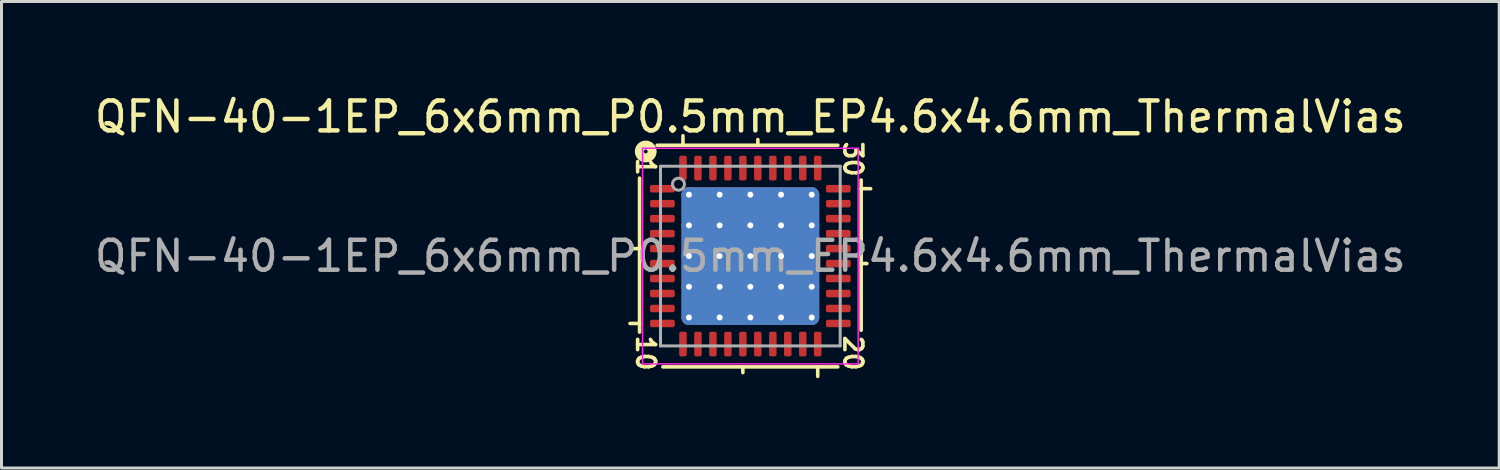
<source format=kicad_pcb>
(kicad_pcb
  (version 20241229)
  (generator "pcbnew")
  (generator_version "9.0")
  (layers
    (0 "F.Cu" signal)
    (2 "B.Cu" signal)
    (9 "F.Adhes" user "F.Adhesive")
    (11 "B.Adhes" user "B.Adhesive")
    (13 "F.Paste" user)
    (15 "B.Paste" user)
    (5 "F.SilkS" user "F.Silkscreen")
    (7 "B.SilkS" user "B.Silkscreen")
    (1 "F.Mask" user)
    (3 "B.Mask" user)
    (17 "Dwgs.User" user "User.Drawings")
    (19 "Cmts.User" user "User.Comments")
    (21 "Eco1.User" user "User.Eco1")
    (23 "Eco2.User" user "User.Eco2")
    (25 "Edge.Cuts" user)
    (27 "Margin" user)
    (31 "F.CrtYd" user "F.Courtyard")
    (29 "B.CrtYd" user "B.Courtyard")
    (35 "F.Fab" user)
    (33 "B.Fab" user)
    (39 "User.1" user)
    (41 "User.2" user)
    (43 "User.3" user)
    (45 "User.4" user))
  (footprint "QFN-40-1EP_6x6mm_P0.5mm_EP4.6x4.6mm_ThermalVias"
    (layer "F.Cu")
    (at 22.006 5.501)
    (property "Reference" "QFN-40-1EP_6x6mm_P0.5mm_EP4.6x4.6mm_ThermalVias" (at 0 -4.652 0) (layer "F.SilkS") (effects (font (size 1 1) (thickness 0.15))))
    (attr smd)
    (fp_line (start -4.018 2.25) (end -3.7 2.25) (stroke (width 0.12) (type solid)) (layer "F.SilkS"))
    (fp_line (start -3.7 -2.603) (end -3.7 2.54) (stroke (width 0.12) (type solid)) (layer "F.SilkS"))
    (fp_line (start -3.7 -0.25) (end -3.89 -0.25) (stroke (width 0.12) (type solid)) (layer "F.SilkS"))
    (fp_line (start -2.921 3.7) (end 2.921 3.7) (stroke (width 0.12) (type solid)) (layer "F.SilkS"))
    (fp_line (start -2.25 -3.7) (end -2.25 -4.018) (stroke (width 0.12) (type solid)) (layer "F.SilkS"))
    (fp_line (start -0.25 3.7) (end -0.25 3.89) (stroke (width 0.12) (type solid)) (layer "F.SilkS"))
    (fp_line (start 0.25 -3.7) (end 0.25 -3.89) (stroke (width 0.12) (type solid)) (layer "F.SilkS"))
    (fp_line (start 2.25 3.7) (end 2.25 4.018) (stroke (width 0.12) (type solid)) (layer "F.SilkS"))
    (fp_line (start 2.921 -3.7) (end -3.111 -3.7) (stroke (width 0.12) (type solid)) (layer "F.SilkS"))
    (fp_line (start 3.7 -2.25) (end 4.018 -2.25) (stroke (width 0.12) (type solid)) (layer "F.SilkS"))
    (fp_line (start 3.7 0.25) (end 3.89 0.25) (stroke (width 0.12) (type solid)) (layer "F.SilkS"))
    (fp_line (start 3.7 2.477) (end 3.7 -2.54) (stroke (width 0.12) (type solid)) (layer "F.SilkS"))
    (fp_circle (center -3.493 -3.493) (end -3.429 -3.493) (stroke (width 0.3) (type solid)) (fill no) (layer "F.SilkS"))
    (fp_line (start -3.6 -3.6) (end -3.6 3.6) (stroke (width 0.05) (type solid)) (layer "F.CrtYd"))
    (fp_line (start -3.6 3.6) (end 3.6 3.6) (stroke (width 0.05) (type solid)) (layer "F.CrtYd"))
    (fp_line (start 3.6 -3.6) (end -3.6 -3.6) (stroke (width 0.05) (type solid)) (layer "F.CrtYd"))
    (fp_line (start 3.6 3.6) (end 3.6 -3.6) (stroke (width 0.05) (type solid)) (layer "F.CrtYd"))
    (fp_line (start -3 -3) (end 3 -3) (stroke (width 0.1) (type solid)) (layer "F.Fab"))
    (fp_line (start -3 3) (end -3 -3) (stroke (width 0.1) (type solid)) (layer "F.Fab"))
    (fp_line (start 3 -3) (end 3 3) (stroke (width 0.1) (type solid)) (layer "F.Fab"))
    (fp_line (start 3 3) (end -3 3) (stroke (width 0.1) (type solid)) (layer "F.Fab"))
    (fp_circle (center -2.4 -2.4) (end -2.2 -2.4) (stroke (width 0.1) (type solid)) (fill no) (layer "F.Fab"))
    (fp_text user "30" (at 3.429 -3.239 270) (unlocked yes) (layer "F.SilkS") (effects (font (size 0.6 0.6) (thickness 0.12))))
    (fp_text user "1" (at -3.493 -2.985 270) (unlocked yes) (layer "F.SilkS") (effects (font (size 0.6 0.6) (thickness 0.12))))
    (fp_text user "20" (at 3.429 3.239 270) (unlocked yes) (layer "F.SilkS") (effects (font (size 0.6 0.6) (thickness 0.12))))
    (fp_text user "10" (at -3.493 3.239 270) (unlocked yes) (layer "F.SilkS") (effects (font (size 0.6 0.6) (thickness 0.12))))
    (fp_text user "${REFERENCE}" (at 0 0 0) (layer "F.Fab") (effects (font (size 1 1) (thickness 0.15))))
    (pad "" smd custom (at -1.538 -1.538) (size 0.786 0.786) (layers "F.Paste") (options (anchor circle)) (primitives (gr_poly (pts (xy 0.34 -0.253) (xy 0.34 0.253) (xy 0.253 0.34) (xy -0.253 0.34) (xy -0.34 0.253) (xy -0.34 -0.253) (xy -0.253 -0.34) (xy 0.253 -0.34)) (width 0.21) (fill yes))))
    (pad "" smd custom (at -1.538 -0.512) (size 0.786 0.786) (layers "F.Paste") (options (anchor circle)) (primitives (gr_poly (pts (xy 0.34 -0.253) (xy 0.34 0.253) (xy 0.253 0.34) (xy -0.253 0.34) (xy -0.34 0.253) (xy -0.34 -0.253) (xy -0.253 -0.34) (xy 0.253 -0.34)) (width 0.21) (fill yes))))
    (pad "" smd custom (at -1.538 0.512) (size 0.786 0.786) (layers "F.Paste") (options (anchor circle)) (primitives (gr_poly (pts (xy 0.34 -0.253) (xy 0.34 0.253) (xy 0.253 0.34) (xy -0.253 0.34) (xy -0.34 0.253) (xy -0.34 -0.253) (xy -0.253 -0.34) (xy 0.253 -0.34)) (width 0.21) (fill yes))))
    (pad "" smd custom (at -1.538 1.538) (size 0.786 0.786) (layers "F.Paste") (options (anchor circle)) (primitives (gr_poly (pts (xy 0.34 -0.253) (xy 0.34 0.253) (xy 0.253 0.34) (xy -0.253 0.34) (xy -0.34 0.253) (xy -0.34 -0.253) (xy -0.253 -0.34) (xy 0.253 -0.34)) (width 0.21) (fill yes))))
    (pad "" smd custom (at -0.512 -1.538) (size 0.786 0.786) (layers "F.Paste") (options (anchor circle)) (primitives (gr_poly (pts (xy 0.34 -0.253) (xy 0.34 0.253) (xy 0.253 0.34) (xy -0.253 0.34) (xy -0.34 0.253) (xy -0.34 -0.253) (xy -0.253 -0.34) (xy 0.253 -0.34)) (width 0.21) (fill yes))))
    (pad "" smd custom (at -0.512 -0.512) (size 0.786 0.786) (layers "F.Paste") (options (anchor circle)) (primitives (gr_poly (pts (xy 0.34 -0.253) (xy 0.34 0.253) (xy 0.253 0.34) (xy -0.253 0.34) (xy -0.34 0.253) (xy -0.34 -0.253) (xy -0.253 -0.34) (xy 0.253 -0.34)) (width 0.21) (fill yes))))
    (pad "" smd custom (at -0.512 0.512) (size 0.786 0.786) (layers "F.Paste") (options (anchor circle)) (primitives (gr_poly (pts (xy 0.34 -0.253) (xy 0.34 0.253) (xy 0.253 0.34) (xy -0.253 0.34) (xy -0.34 0.253) (xy -0.34 -0.253) (xy -0.253 -0.34) (xy 0.253 -0.34)) (width 0.21) (fill yes))))
    (pad "" smd custom (at -0.512 1.538) (size 0.786 0.786) (layers "F.Paste") (options (anchor circle)) (primitives (gr_poly (pts (xy 0.34 -0.253) (xy 0.34 0.253) (xy 0.253 0.34) (xy -0.253 0.34) (xy -0.34 0.253) (xy -0.34 -0.253) (xy -0.253 -0.34) (xy 0.253 -0.34)) (width 0.21) (fill yes))))
    (pad "" smd custom (at 0.512 -1.538) (size 0.786 0.786) (layers "F.Paste") (options (anchor circle)) (primitives (gr_poly (pts (xy 0.34 -0.253) (xy 0.34 0.253) (xy 0.253 0.34) (xy -0.253 0.34) (xy -0.34 0.253) (xy -0.34 -0.253) (xy -0.253 -0.34) (xy 0.253 -0.34)) (width 0.21) (fill yes))))
    (pad "" smd custom (at 0.512 -0.512) (size 0.786 0.786) (layers "F.Paste") (options (anchor circle)) (primitives (gr_poly (pts (xy 0.34 -0.253) (xy 0.34 0.253) (xy 0.253 0.34) (xy -0.253 0.34) (xy -0.34 0.253) (xy -0.34 -0.253) (xy -0.253 -0.34) (xy 0.253 -0.34)) (width 0.21) (fill yes))))
    (pad "" smd custom (at 0.512 0.512) (size 0.786 0.786) (layers "F.Paste") (options (anchor circle)) (primitives (gr_poly (pts (xy 0.34 -0.253) (xy 0.34 0.253) (xy 0.253 0.34) (xy -0.253 0.34) (xy -0.34 0.253) (xy -0.34 -0.253) (xy -0.253 -0.34) (xy 0.253 -0.34)) (width 0.21) (fill yes))))
    (pad "" smd custom (at 0.512 1.538) (size 0.786 0.786) (layers "F.Paste") (options (anchor circle)) (primitives (gr_poly (pts (xy 0.34 -0.253) (xy 0.34 0.253) (xy 0.253 0.34) (xy -0.253 0.34) (xy -0.34 0.253) (xy -0.34 -0.253) (xy -0.253 -0.34) (xy 0.253 -0.34)) (width 0.21) (fill yes))))
    (pad "" smd custom (at 1.538 -1.538) (size 0.786 0.786) (layers "F.Paste") (options (anchor circle)) (primitives (gr_poly (pts (xy 0.34 -0.253) (xy 0.34 0.253) (xy 0.253 0.34) (xy -0.253 0.34) (xy -0.34 0.253) (xy -0.34 -0.253) (xy -0.253 -0.34) (xy 0.253 -0.34)) (width 0.21) (fill yes))))
    (pad "" smd custom (at 1.538 -0.512) (size 0.786 0.786) (layers "F.Paste") (options (anchor circle)) (primitives (gr_poly (pts (xy 0.34 -0.253) (xy 0.34 0.253) (xy 0.253 0.34) (xy -0.253 0.34) (xy -0.34 0.253) (xy -0.34 -0.253) (xy -0.253 -0.34) (xy 0.253 -0.34)) (width 0.21) (fill yes))))
    (pad "" smd custom (at 1.538 0.512) (size 0.786 0.786) (layers "F.Paste") (options (anchor circle)) (primitives (gr_poly (pts (xy 0.34 -0.253) (xy 0.34 0.253) (xy 0.253 0.34) (xy -0.253 0.34) (xy -0.34 0.253) (xy -0.34 -0.253) (xy -0.253 -0.34) (xy 0.253 -0.34)) (width 0.21) (fill yes))))
    (pad "" smd custom (at 1.538 1.538) (size 0.786 0.786) (layers "F.Paste") (options (anchor circle)) (primitives (gr_poly (pts (xy 0.34 -0.253) (xy 0.34 0.253) (xy 0.253 0.34) (xy -0.253 0.34) (xy -0.34 0.253) (xy -0.34 -0.253) (xy -0.253 -0.34) (xy 0.253 -0.34)) (width 0.21) (fill yes))))
    (pad "1" smd roundrect (at -2.938 -2.25) (size 0.825 0.25) (layers "F.Cu" "F.Mask" "F.Paste") (roundrect_rratio 0.25))
    (pad "2" smd roundrect (at -2.938 -1.75) (size 0.825 0.25) (layers "F.Cu" "F.Mask" "F.Paste") (roundrect_rratio 0.25))
    (pad "3" smd roundrect (at -2.938 -1.25) (size 0.825 0.25) (layers "F.Cu" "F.Mask" "F.Paste") (roundrect_rratio 0.25))
    (pad "4" smd roundrect (at -2.938 -0.75) (size 0.825 0.25) (layers "F.Cu" "F.Mask" "F.Paste") (roundrect_rratio 0.25))
    (pad "5" smd roundrect (at -2.938 -0.25) (size 0.825 0.25) (layers "F.Cu" "F.Mask" "F.Paste") (roundrect_rratio 0.25))
    (pad "6" smd roundrect (at -2.938 0.25) (size 0.825 0.25) (layers "F.Cu" "F.Mask" "F.Paste") (roundrect_rratio 0.25))
    (pad "7" smd roundrect (at -2.938 0.75) (size 0.825 0.25) (layers "F.Cu" "F.Mask" "F.Paste") (roundrect_rratio 0.25))
    (pad "8" smd roundrect (at -2.938 1.25) (size 0.825 0.25) (layers "F.Cu" "F.Mask" "F.Paste") (roundrect_rratio 0.25))
    (pad "9" smd roundrect (at -2.938 1.75) (size 0.825 0.25) (layers "F.Cu" "F.Mask" "F.Paste") (roundrect_rratio 0.25))
    (pad "10" smd roundrect (at -2.938 2.25) (size 0.825 0.25) (layers "F.Cu" "F.Mask" "F.Paste") (roundrect_rratio 0.25))
    (pad "11" smd roundrect (at -2.25 2.938) (size 0.25 0.825) (layers "F.Cu" "F.Mask" "F.Paste") (roundrect_rratio 0.25))
    (pad "12" smd roundrect (at -1.75 2.938) (size 0.25 0.825) (layers "F.Cu" "F.Mask" "F.Paste") (roundrect_rratio 0.25))
    (pad "13" smd roundrect (at -1.25 2.938) (size 0.25 0.825) (layers "F.Cu" "F.Mask" "F.Paste") (roundrect_rratio 0.25))
    (pad "14" smd roundrect (at -0.75 2.938) (size 0.25 0.825) (layers "F.Cu" "F.Mask" "F.Paste") (roundrect_rratio 0.25))
    (pad "15" smd roundrect (at -0.25 2.938) (size 0.25 0.825) (layers "F.Cu" "F.Mask" "F.Paste") (roundrect_rratio 0.25))
    (pad "16" smd roundrect (at 0.25 2.938) (size 0.25 0.825) (layers "F.Cu" "F.Mask" "F.Paste") (roundrect_rratio 0.25))
    (pad "17" smd roundrect (at 0.75 2.938) (size 0.25 0.825) (layers "F.Cu" "F.Mask" "F.Paste") (roundrect_rratio 0.25))
    (pad "18" smd roundrect (at 1.25 2.938) (size 0.25 0.825) (layers "F.Cu" "F.Mask" "F.Paste") (roundrect_rratio 0.25))
    (pad "19" smd roundrect (at 1.75 2.938) (size 0.25 0.825) (layers "F.Cu" "F.Mask" "F.Paste") (roundrect_rratio 0.25))
    (pad "20" smd roundrect (at 2.25 2.938) (size 0.25 0.825) (layers "F.Cu" "F.Mask" "F.Paste") (roundrect_rratio 0.25))
    (pad "21" smd roundrect (at 2.938 2.25) (size 0.825 0.25) (layers "F.Cu" "F.Mask" "F.Paste") (roundrect_rratio 0.25))
    (pad "22" smd roundrect (at 2.938 1.75) (size 0.825 0.25) (layers "F.Cu" "F.Mask" "F.Paste") (roundrect_rratio 0.25))
    (pad "23" smd roundrect (at 2.938 1.25) (size 0.825 0.25) (layers "F.Cu" "F.Mask" "F.Paste") (roundrect_rratio 0.25))
    (pad "24" smd roundrect (at 2.938 0.75) (size 0.825 0.25) (layers "F.Cu" "F.Mask" "F.Paste") (roundrect_rratio 0.25))
    (pad "25" smd roundrect (at 2.938 0.25) (size 0.825 0.25) (layers "F.Cu" "F.Mask" "F.Paste") (roundrect_rratio 0.25))
    (pad "26" smd roundrect (at 2.938 -0.25) (size 0.825 0.25) (layers "F.Cu" "F.Mask" "F.Paste") (roundrect_rratio 0.25))
    (pad "27" smd roundrect (at 2.938 -0.75) (size 0.825 0.25) (layers "F.Cu" "F.Mask" "F.Paste") (roundrect_rratio 0.25))
    (pad "28" smd roundrect (at 2.938 -1.25) (size 0.825 0.25) (layers "F.Cu" "F.Mask" "F.Paste") (roundrect_rratio 0.25))
    (pad "29" smd roundrect (at 2.938 -1.75) (size 0.825 0.25) (layers "F.Cu" "F.Mask" "F.Paste") (roundrect_rratio 0.25))
    (pad "30" smd roundrect (at 2.938 -2.25) (size 0.825 0.25) (layers "F.Cu" "F.Mask" "F.Paste") (roundrect_rratio 0.25))
    (pad "31" smd roundrect (at 2.25 -2.938) (size 0.25 0.825) (layers "F.Cu" "F.Mask" "F.Paste") (roundrect_rratio 0.25))
    (pad "32" smd roundrect (at 1.75 -2.938) (size 0.25 0.825) (layers "F.Cu" "F.Mask" "F.Paste") (roundrect_rratio 0.25))
    (pad "33" smd roundrect (at 1.25 -2.938) (size 0.25 0.825) (layers "F.Cu" "F.Mask" "F.Paste") (roundrect_rratio 0.25))
    (pad "34" smd roundrect (at 0.75 -2.938) (size 0.25 0.825) (layers "F.Cu" "F.Mask" "F.Paste") (roundrect_rratio 0.25))
    (pad "35" smd roundrect (at 0.25 -2.938) (size 0.25 0.825) (layers "F.Cu" "F.Mask" "F.Paste") (roundrect_rratio 0.25))
    (pad "36" smd roundrect (at -0.25 -2.938) (size 0.25 0.825) (layers "F.Cu" "F.Mask" "F.Paste") (roundrect_rratio 0.25))
    (pad "37" smd roundrect (at -0.75 -2.938) (size 0.25 0.825) (layers "F.Cu" "F.Mask" "F.Paste") (roundrect_rratio 0.25))
    (pad "38" smd roundrect (at -1.25 -2.938) (size 0.25 0.825) (layers "F.Cu" "F.Mask" "F.Paste") (roundrect_rratio 0.25))
    (pad "39" smd roundrect (at -1.75 -2.938) (size 0.25 0.825) (layers "F.Cu" "F.Mask" "F.Paste") (roundrect_rratio 0.25))
    (pad "40" smd roundrect (at -2.25 -2.938) (size 0.25 0.825) (layers "F.Cu" "F.Mask" "F.Paste") (roundrect_rratio 0.25))
    (pad "41" thru_hole circle (at -2.05 -2.05) (size 0.5 0.5) (drill 0.2) (property pad_prop_heatsink) (layers "*.Cu"))
    (pad "41" thru_hole circle (at -2.05 -1.025) (size 0.5 0.5) (drill 0.2) (property pad_prop_heatsink) (layers "*.Cu"))
    (pad "41" thru_hole circle (at -2.05 0) (size 0.5 0.5) (drill 0.2) (property pad_prop_heatsink) (layers "*.Cu"))
    (pad "41" thru_hole circle (at -2.05 1.025) (size 0.5 0.5) (drill 0.2) (property pad_prop_heatsink) (layers "*.Cu"))
    (pad "41" thru_hole circle (at -2.05 2.05) (size 0.5 0.5) (drill 0.2) (property pad_prop_heatsink) (layers "*.Cu"))
    (pad "41" thru_hole circle (at -1.025 -2.05) (size 0.5 0.5) (drill 0.2) (property pad_prop_heatsink) (layers "*.Cu"))
    (pad "41" thru_hole circle (at -1.025 -1.025) (size 0.5 0.5) (drill 0.2) (property pad_prop_heatsink) (layers "*.Cu"))
    (pad "41" thru_hole circle (at -1.025 0) (size 0.5 0.5) (drill 0.2) (property pad_prop_heatsink) (layers "*.Cu"))
    (pad "41" thru_hole circle (at -1.025 1.025) (size 0.5 0.5) (drill 0.2) (property pad_prop_heatsink) (layers "*.Cu"))
    (pad "41" thru_hole circle (at -1.025 2.05) (size 0.5 0.5) (drill 0.2) (property pad_prop_heatsink) (layers "*.Cu"))
    (pad "41" thru_hole circle (at 0 -2.05) (size 0.5 0.5) (drill 0.2) (property pad_prop_heatsink) (layers "*.Cu"))
    (pad "41" thru_hole circle (at 0 -1.025) (size 0.5 0.5) (drill 0.2) (property pad_prop_heatsink) (layers "*.Cu"))
    (pad "41" thru_hole circle (at 0 0) (size 0.5 0.5) (drill 0.2) (property pad_prop_heatsink) (layers "*.Cu"))
    (pad "41" smd roundrect (at 0 0) (size 4.6 4.6) (layers "F.Cu" "F.Mask") (roundrect_rratio 0.054))
    (pad "41" smd roundrect (at 0 0) (size 4.6 4.6) (layers "B.Cu" "B.Mask") (roundrect_rratio 0.054))
    (pad "41" thru_hole circle (at 0 1.025) (size 0.5 0.5) (drill 0.2) (property pad_prop_heatsink) (layers "*.Cu"))
    (pad "41" thru_hole circle (at 0 2.05) (size 0.5 0.5) (drill 0.2) (property pad_prop_heatsink) (layers "*.Cu"))
    (pad "41" thru_hole circle (at 1.025 -2.05) (size 0.5 0.5) (drill 0.2) (property pad_prop_heatsink) (layers "*.Cu"))
    (pad "41" thru_hole circle (at 1.025 -1.025) (size 0.5 0.5) (drill 0.2) (property pad_prop_heatsink) (layers "*.Cu"))
    (pad "41" thru_hole circle (at 1.025 0) (size 0.5 0.5) (drill 0.2) (property pad_prop_heatsink) (layers "*.Cu"))
    (pad "41" thru_hole circle (at 1.025 1.025) (size 0.5 0.5) (drill 0.2) (property pad_prop_heatsink) (layers "*.Cu"))
    (pad "41" thru_hole circle (at 1.025 2.05) (size 0.5 0.5) (drill 0.2) (property pad_prop_heatsink) (layers "*.Cu"))
    (pad "41" thru_hole circle (at 2.05 -2.05) (size 0.5 0.5) (drill 0.2) (property pad_prop_heatsink) (layers "*.Cu"))
    (pad "41" thru_hole circle (at 2.05 -1.025) (size 0.5 0.5) (drill 0.2) (property pad_prop_heatsink) (layers "*.Cu"))
    (pad "41" thru_hole circle (at 2.05 0) (size 0.5 0.5) (drill 0.2) (property pad_prop_heatsink) (layers "*.Cu"))
    (pad "41" thru_hole circle (at 2.05 1.025) (size 0.5 0.5) (drill 0.2) (property pad_prop_heatsink) (layers "*.Cu"))
    (pad "41" thru_hole circle (at 2.05 2.05) (size 0.5 0.5) (drill 0.2) (property pad_prop_heatsink) (layers "*.Cu")))
  (gr_rect
    (start -3 -3)
    (end 47.012 12.578)
    (stroke (width 0.1) (type default))
    (fill no)
    (layer "Edge.Cuts")))
</source>
